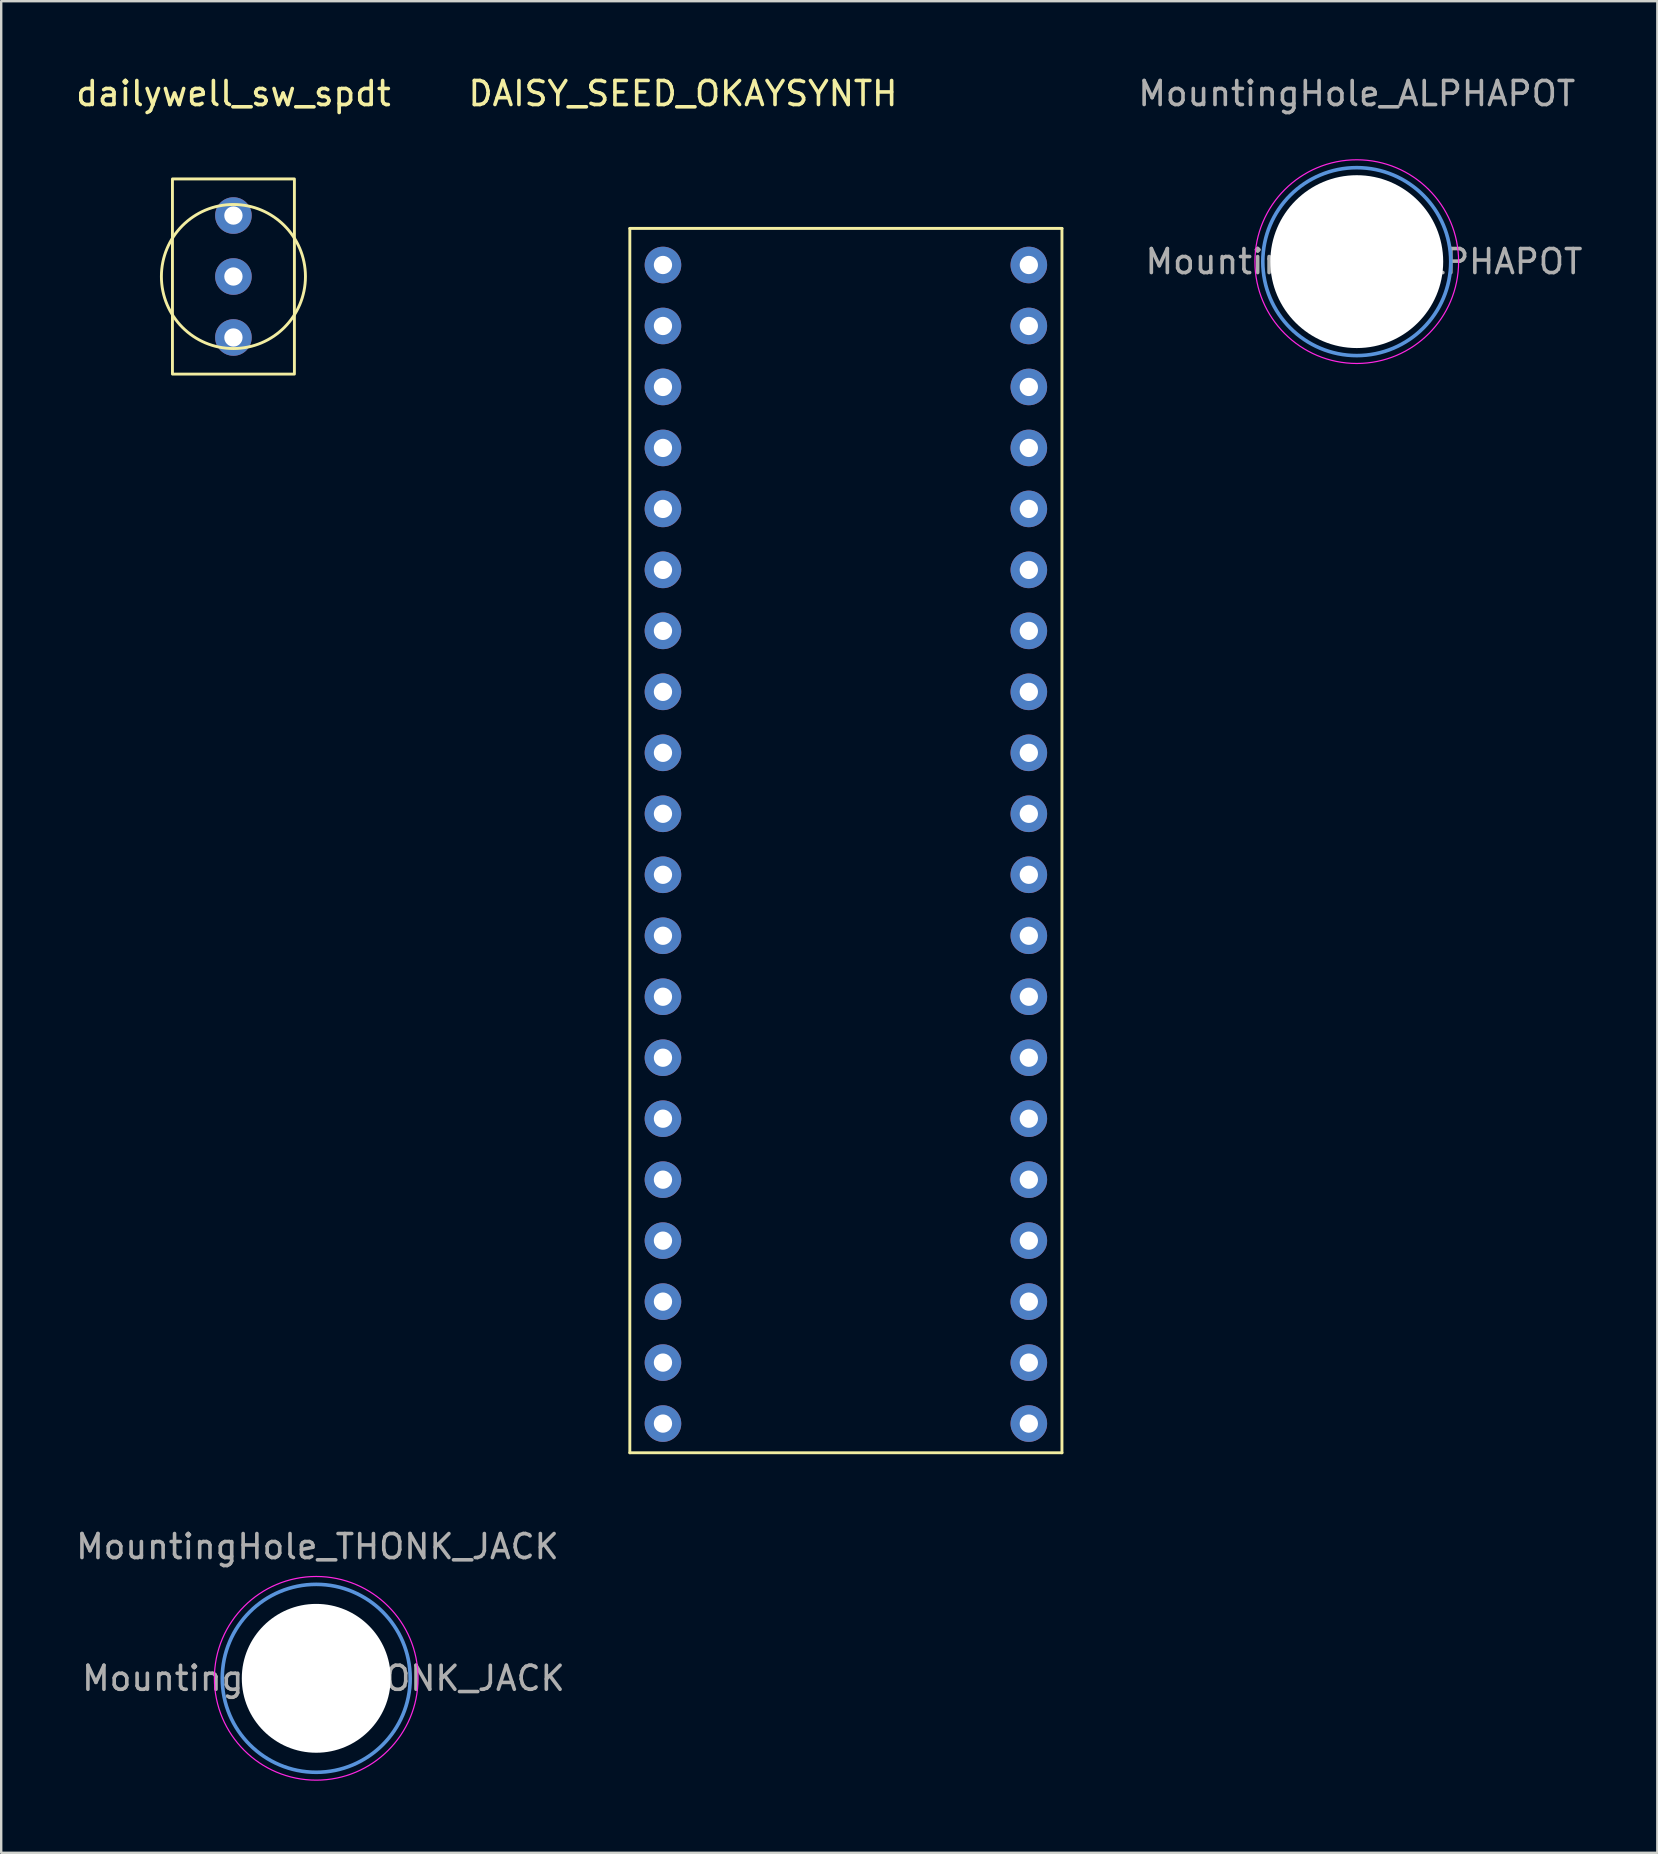
<source format=kicad_pcb>
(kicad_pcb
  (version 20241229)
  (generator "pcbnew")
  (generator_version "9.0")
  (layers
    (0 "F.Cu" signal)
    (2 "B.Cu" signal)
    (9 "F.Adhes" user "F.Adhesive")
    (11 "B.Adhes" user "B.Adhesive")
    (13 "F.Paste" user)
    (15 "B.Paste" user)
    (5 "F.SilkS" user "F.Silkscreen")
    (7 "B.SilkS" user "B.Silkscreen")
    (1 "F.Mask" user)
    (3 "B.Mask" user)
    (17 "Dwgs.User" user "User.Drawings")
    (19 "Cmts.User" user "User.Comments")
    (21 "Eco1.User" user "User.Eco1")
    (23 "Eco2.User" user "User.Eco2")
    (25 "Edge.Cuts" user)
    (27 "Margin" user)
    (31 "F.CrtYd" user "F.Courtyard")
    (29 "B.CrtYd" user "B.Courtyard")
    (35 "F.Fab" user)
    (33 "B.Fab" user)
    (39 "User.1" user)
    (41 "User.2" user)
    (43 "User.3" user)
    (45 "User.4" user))
  (footprint "DAISY_SEED_OKAYSYNTH"
    (layer "F.Cu")
    (at 32.185 30.848)
    (property "Reference" "DAISY_SEED_OKAYSYNTH" (at -6.786 -30 0) (unlocked yes) (layer "F.SilkS") (effects (font (size 1 1) (thickness 0.15))))
    (attr through_hole)
    (fp_line (start -9 -24.384) (end -9 26.616) (stroke (width 0.12) (type solid)) (layer "F.SilkS"))
    (fp_line (start 9 -24.384) (end -9 -24.384) (stroke (width 0.12) (type solid)) (layer "F.SilkS"))
    (fp_line (start 9 -24.384) (end 9 26.616) (stroke (width 0.12) (type solid)) (layer "F.SilkS"))
    (fp_line (start 9 26.616) (end -9 26.616) (stroke (width 0.12) (type solid)) (layer "F.SilkS"))
    (pad "1" thru_hole circle (at -7.62 -22.86) (size 1.524 1.524) (drill 0.762) (layers "*.Cu" "*.Mask"))
    (pad "2" thru_hole circle (at -7.62 -20.32) (size 1.524 1.524) (drill 0.762) (layers "*.Cu" "*.Mask"))
    (pad "3" thru_hole circle (at -7.62 -17.78) (size 1.524 1.524) (drill 0.762) (layers "*.Cu" "*.Mask"))
    (pad "4" thru_hole circle (at -7.62 -15.24) (size 1.524 1.524) (drill 0.762) (layers "*.Cu" "*.Mask"))
    (pad "5" thru_hole circle (at -7.62 -12.7) (size 1.524 1.524) (drill 0.762) (layers "*.Cu" "*.Mask"))
    (pad "6" thru_hole circle (at -7.62 -10.16) (size 1.524 1.524) (drill 0.762) (layers "*.Cu" "*.Mask"))
    (pad "7" thru_hole circle (at -7.62 -7.62) (size 1.524 1.524) (drill 0.762) (layers "*.Cu" "*.Mask"))
    (pad "8" thru_hole circle (at -7.62 -5.08) (size 1.524 1.524) (drill 0.762) (layers "*.Cu" "*.Mask"))
    (pad "9" thru_hole circle (at -7.62 -2.54) (size 1.524 1.524) (drill 0.762) (layers "*.Cu" "*.Mask"))
    (pad "10" thru_hole circle (at -7.62 0) (size 1.524 1.524) (drill 0.762) (layers "*.Cu" "*.Mask"))
    (pad "11" thru_hole circle (at -7.62 2.54) (size 1.524 1.524) (drill 0.762) (layers "*.Cu" "*.Mask"))
    (pad "12" thru_hole circle (at -7.62 5.08) (size 1.524 1.524) (drill 0.762) (layers "*.Cu" "*.Mask"))
    (pad "13" thru_hole circle (at -7.62 7.62) (size 1.524 1.524) (drill 0.762) (layers "*.Cu" "*.Mask"))
    (pad "14" thru_hole circle (at -7.62 10.16) (size 1.524 1.524) (drill 0.762) (layers "*.Cu" "*.Mask"))
    (pad "15" thru_hole circle (at -7.62 12.7) (size 1.524 1.524) (drill 0.762) (layers "*.Cu" "*.Mask"))
    (pad "16" thru_hole circle (at -7.62 15.24) (size 1.524 1.524) (drill 0.762) (layers "*.Cu" "*.Mask"))
    (pad "17" thru_hole circle (at -7.62 17.78) (size 1.524 1.524) (drill 0.762) (layers "*.Cu" "*.Mask"))
    (pad "18" thru_hole circle (at -7.62 20.32) (size 1.524 1.524) (drill 0.762) (layers "*.Cu" "*.Mask"))
    (pad "19" thru_hole circle (at -7.62 22.86) (size 1.524 1.524) (drill 0.762) (layers "*.Cu" "*.Mask"))
    (pad "20" thru_hole circle (at -7.62 25.4) (size 1.524 1.524) (drill 0.762) (layers "*.Cu" "*.Mask"))
    (pad "21" thru_hole circle (at 7.62 25.4) (size 1.524 1.524) (drill 0.762) (layers "*.Cu" "*.Mask"))
    (pad "22" thru_hole circle (at 7.62 22.86) (size 1.524 1.524) (drill 0.762) (layers "*.Cu" "*.Mask"))
    (pad "23" thru_hole circle (at 7.62 20.32) (size 1.524 1.524) (drill 0.762) (layers "*.Cu" "*.Mask"))
    (pad "24" thru_hole circle (at 7.62 17.78) (size 1.524 1.524) (drill 0.762) (layers "*.Cu" "*.Mask"))
    (pad "25" thru_hole circle (at 7.62 15.24) (size 1.524 1.524) (drill 0.762) (layers "*.Cu" "*.Mask"))
    (pad "26" thru_hole circle (at 7.62 12.7) (size 1.524 1.524) (drill 0.762) (layers "*.Cu" "*.Mask"))
    (pad "27" thru_hole circle (at 7.62 10.16) (size 1.524 1.524) (drill 0.762) (layers "*.Cu" "*.Mask"))
    (pad "28" thru_hole circle (at 7.62 7.62) (size 1.524 1.524) (drill 0.762) (layers "*.Cu" "*.Mask"))
    (pad "29" thru_hole circle (at 7.62 5.08) (size 1.524 1.524) (drill 0.762) (layers "*.Cu" "*.Mask"))
    (pad "30" thru_hole circle (at 7.62 2.54) (size 1.524 1.524) (drill 0.762) (layers "*.Cu" "*.Mask"))
    (pad "31" thru_hole circle (at 7.62 0) (size 1.524 1.524) (drill 0.762) (layers "*.Cu" "*.Mask"))
    (pad "32" thru_hole circle (at 7.62 -2.54) (size 1.524 1.524) (drill 0.762) (layers "*.Cu" "*.Mask"))
    (pad "33" thru_hole circle (at 7.62 -5.08) (size 1.524 1.524) (drill 0.762) (layers "*.Cu" "*.Mask"))
    (pad "34" thru_hole circle (at 7.62 -7.62) (size 1.524 1.524) (drill 0.762) (layers "*.Cu" "*.Mask"))
    (pad "35" thru_hole circle (at 7.62 -10.16) (size 1.524 1.524) (drill 0.762) (layers "*.Cu" "*.Mask"))
    (pad "36" thru_hole circle (at 7.62 -12.7) (size 1.524 1.524) (drill 0.762) (layers "*.Cu" "*.Mask"))
    (pad "37" thru_hole circle (at 7.62 -15.24) (size 1.524 1.524) (drill 0.762) (layers "*.Cu" "*.Mask"))
    (pad "38" thru_hole circle (at 7.62 -17.78) (size 1.524 1.524) (drill 0.762) (layers "*.Cu" "*.Mask"))
    (pad "39" thru_hole circle (at 7.62 -20.32) (size 1.524 1.524) (drill 0.762) (layers "*.Cu" "*.Mask"))
    (pad "40" thru_hole circle (at 7.62 -22.86) (size 1.524 1.524) (drill 0.762) (layers "*.Cu" "*.Mask")))
  (footprint "dailywell_sw_spdt"
    (layer "F.Cu")
    (at 6.673 8.468)
    (property "Reference" "dailywell_sw_spdt" (at 0 -7.62 0) (unlocked yes) (layer "F.SilkS") (effects (font (size 1 1) (thickness 0.15))))
    (attr through_hole)
    (fp_rect (start -2.54 -4.065) (end 2.54 4.065) (stroke (width 0.12) (type solid)) (fill no) (layer "F.SilkS"))
    (fp_circle (center 0 0) (end 3 0) (stroke (width 0.12) (type solid)) (fill no) (layer "F.SilkS"))
    (pad "1" thru_hole circle (at 0 -2.54) (size 1.524 1.524) (drill 0.762) (layers "*.Cu" "*.Mask"))
    (pad "2" thru_hole circle (at 0 0) (size 1.524 1.524) (drill 0.762) (layers "*.Cu" "*.Mask"))
    (pad "3" thru_hole circle (at 0 2.54) (size 1.524 1.524) (drill 0.762) (layers "*.Cu" "*.Mask")))
  (footprint "MountingHole_ALPHAPOT"
    (layer "F.Cu")
    (at 53.465 7.848)
    (property "Reference" "MountingHole_ALPHAPOT" (at 0 -7 0) (layer "F.Fab") (effects (font (size 1 1) (thickness 0.15))))
    (attr exclude_from_pos_files exclude_from_bom)
    (fp_circle (center 0 0) (end 3.912 -0.127) (stroke (width 0.15) (type solid)) (fill no) (layer "Cmts.User"))
    (fp_circle (center 0 0) (end 4.242 0.025) (stroke (width 0.05) (type solid)) (fill no) (layer "F.CrtYd"))
    (fp_text user "${REFERENCE}" (at 0.3 0 0) (layer "F.Fab") (effects (font (size 1 1) (thickness 0.15))))
    (pad "" np_thru_hole circle (at 0 0) (size 7.2 7.2) (drill 7.2) (layers "*.Cu" "*.Mask")))
  (footprint "MountingHole_THONK_JACK"
    (layer "F.Cu")
    (at 10.122 66.859)
    (property "Reference" "MountingHole_THONK_JACK" (at 0.051 -5.486 0) (layer "F.Fab") (effects (font (size 1 1) (thickness 0.15))))
    (attr exclude_from_pos_files exclude_from_bom)
    (fp_circle (center 0 0) (end 3.912 -0.127) (stroke (width 0.15) (type solid)) (fill no) (layer "Cmts.User"))
    (fp_circle (center 0 0) (end 4.242 0.025) (stroke (width 0.05) (type solid)) (fill no) (layer "F.CrtYd"))
    (fp_text user "${REFERENCE}" (at 0.3 0 0) (layer "F.Fab") (effects (font (size 1 1) (thickness 0.15))))
    (pad "" np_thru_hole circle (at 0 0) (size 6.2 6.2) (drill 6.2) (layers "*.Cu" "*.Mask")))
  (gr_rect
    (start -3 -3)
    (end 65.985 74.126)
    (stroke (width 0.1) (type default))
    (fill no)
    (layer "Edge.Cuts")))
</source>
